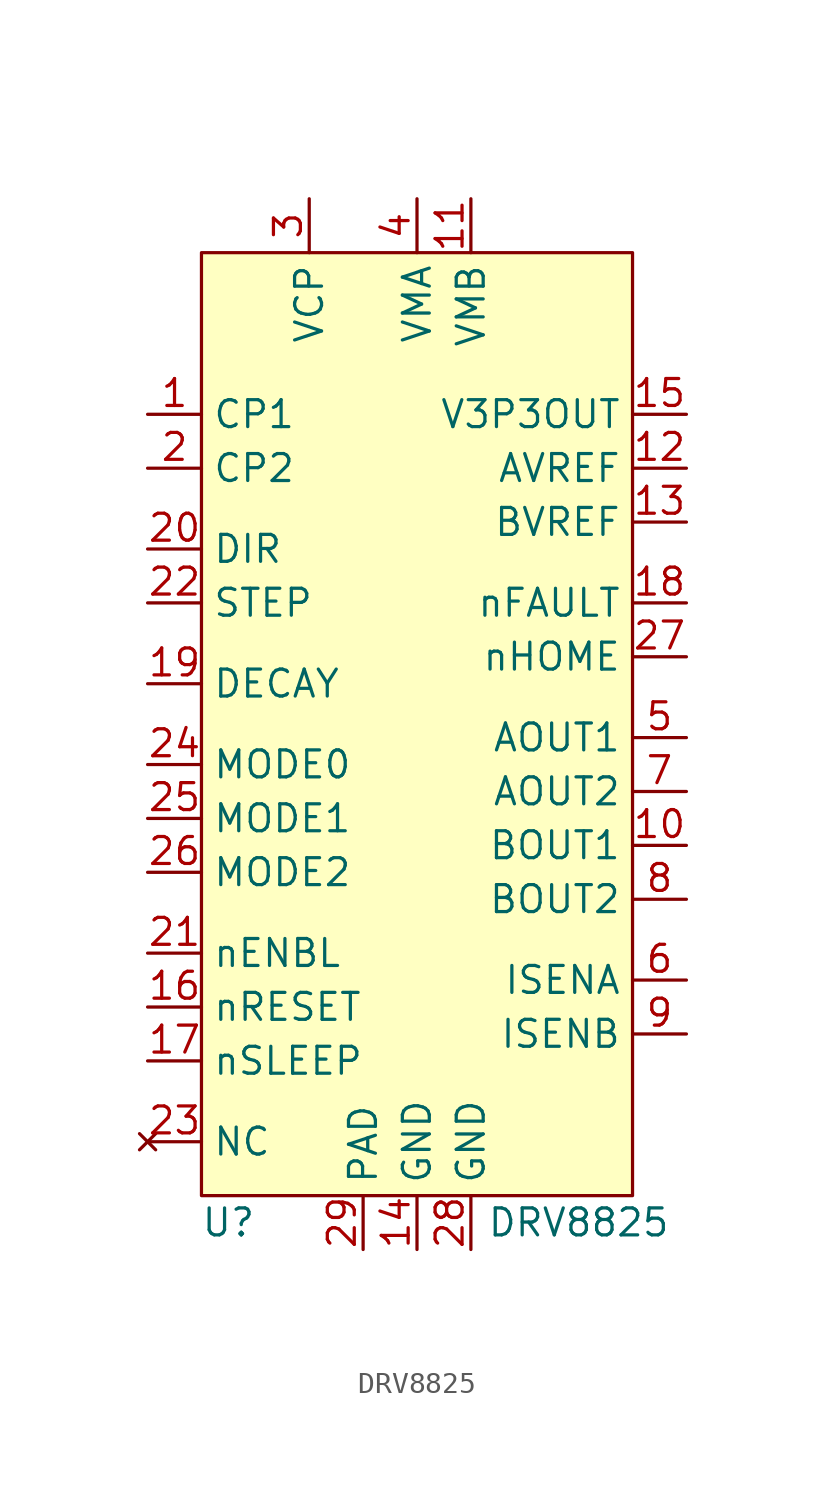
<source format=kicad_sym>
(kicad_symbol_lib
  (version 20211014)
  (generator kicad_symbol_editor)
  (symbol "DRV8825"
    (property "Reference" "U"
      (at -8.89 -22.86 0)
      (effects (font (size 1.27 1.27))))
    (property "Value" "DRV8825"
      (at 7.62 -22.86 0)
      (effects (font (size 1.27 1.27))))
    (symbol "DRV8825_0_1"
      (rectangle (start -10.16 -21.59) (end 10.16 22.86) (stroke (width 0) (type default) (color 0 0 0 0)) (fill (type background))))
    (symbol "DRV8825_1_1"
      (pin bidirectional line (at -12.7 15.24 0) (length 2.54) (name "CP1" (effects (font (size 1.27 1.27)))) (number "1" (effects (font (size 1.27 1.27)))))
      (pin output line (at 12.7 -5.08 180) (length 2.54) (name "BOUT1" (effects (font (size 1.27 1.27)))) (number "10" (effects (font (size 1.27 1.27)))))
      (pin power_in line (at 2.54 25.4 270) (length 2.54) (name "VMB" (effects (font (size 1.27 1.27)))) (number "11" (effects (font (size 1.27 1.27)))))
      (pin input line (at 12.7 12.7 180) (length 2.54) (name "AVREF" (effects (font (size 1.27 1.27)))) (number "12" (effects (font (size 1.27 1.27)))))
      (pin input line (at 12.7 10.16 180) (length 2.54) (name "BVREF" (effects (font (size 1.27 1.27)))) (number "13" (effects (font (size 1.27 1.27)))))
      (pin power_in line (at 0 -24.13 90) (length 2.54) (name "GND" (effects (font (size 1.27 1.27)))) (number "14" (effects (font (size 1.27 1.27)))))
      (pin output line (at 12.7 15.24 180) (length 2.54) (name "V3P3OUT" (effects (font (size 1.27 1.27)))) (number "15" (effects (font (size 1.27 1.27)))))
      (pin input line (at -12.7 -12.7 0) (length 2.54) (name "nRESET" (effects (font (size 1.27 1.27)))) (number "16" (effects (font (size 1.27 1.27)))))
      (pin input line (at -12.7 -15.24 0) (length 2.54) (name "nSLEEP" (effects (font (size 1.27 1.27)))) (number "17" (effects (font (size 1.27 1.27)))))
      (pin open_collector line (at 12.7 6.35 180) (length 2.54) (name "nFAULT" (effects (font (size 1.27 1.27)))) (number "18" (effects (font (size 1.27 1.27)))))
      (pin input line (at -12.7 2.54 0) (length 2.54) (name "DECAY" (effects (font (size 1.27 1.27)))) (number "19" (effects (font (size 1.27 1.27)))))
      (pin bidirectional line (at -12.7 12.7 0) (length 2.54) (name "CP2" (effects (font (size 1.27 1.27)))) (number "2" (effects (font (size 1.27 1.27)))))
      (pin input line (at -12.7 8.89 0) (length 2.54) (name "DIR" (effects (font (size 1.27 1.27)))) (number "20" (effects (font (size 1.27 1.27)))))
      (pin input line (at -12.7 -10.16 0) (length 2.54) (name "nENBL" (effects (font (size 1.27 1.27)))) (number "21" (effects (font (size 1.27 1.27)))))
      (pin input line (at -12.7 6.35 0) (length 2.54) (name "STEP" (effects (font (size 1.27 1.27)))) (number "22" (effects (font (size 1.27 1.27)))))
      (pin no_connect line (at -12.7 -19.05 0) (length 2.54) (name "NC" (effects (font (size 1.27 1.27)))) (number "23" (effects (font (size 1.27 1.27)))))
      (pin input line (at -12.7 -1.27 0) (length 2.54) (name "MODE0" (effects (font (size 1.27 1.27)))) (number "24" (effects (font (size 1.27 1.27)))))
      (pin input line (at -12.7 -3.81 0) (length 2.54) (name "MODE1" (effects (font (size 1.27 1.27)))) (number "25" (effects (font (size 1.27 1.27)))))
      (pin input line (at -12.7 -6.35 0) (length 2.54) (name "MODE2" (effects (font (size 1.27 1.27)))) (number "26" (effects (font (size 1.27 1.27)))))
      (pin open_collector line (at 12.7 3.81 180) (length 2.54) (name "nHOME" (effects (font (size 1.27 1.27)))) (number "27" (effects (font (size 1.27 1.27)))))
      (pin power_in line (at 2.54 -24.13 90) (length 2.54) (name "GND" (effects (font (size 1.27 1.27)))) (number "28" (effects (font (size 1.27 1.27)))))
      (pin passive line (at -2.54 -24.13 90) (length 2.54) (name "PAD" (effects (font (size 1.27 1.27)))) (number "29" (effects (font (size 1.27 1.27)))))
      (pin bidirectional line (at -5.08 25.4 270) (length 2.54) (name "VCP" (effects (font (size 1.27 1.27)))) (number "3" (effects (font (size 1.27 1.27)))))
      (pin power_in line (at 0 25.4 270) (length 2.54) (name "VMA" (effects (font (size 1.27 1.27)))) (number "4" (effects (font (size 1.27 1.27)))))
      (pin output line (at 12.7 0 180) (length 2.54) (name "AOUT1" (effects (font (size 1.27 1.27)))) (number "5" (effects (font (size 1.27 1.27)))))
      (pin bidirectional line (at 12.7 -11.43 180) (length 2.54) (name "ISENA" (effects (font (size 1.27 1.27)))) (number "6" (effects (font (size 1.27 1.27)))))
      (pin output line (at 12.7 -2.54 180) (length 2.54) (name "AOUT2" (effects (font (size 1.27 1.27)))) (number "7" (effects (font (size 1.27 1.27)))))
      (pin output line (at 12.7 -7.62 180) (length 2.54) (name "BOUT2" (effects (font (size 1.27 1.27)))) (number "8" (effects (font (size 1.27 1.27)))))
      (pin bidirectional line (at 12.7 -13.97 180) (length 2.54) (name "ISENB" (effects (font (size 1.27 1.27)))) (number "9" (effects (font (size 1.27 1.27))))))))
</source>
